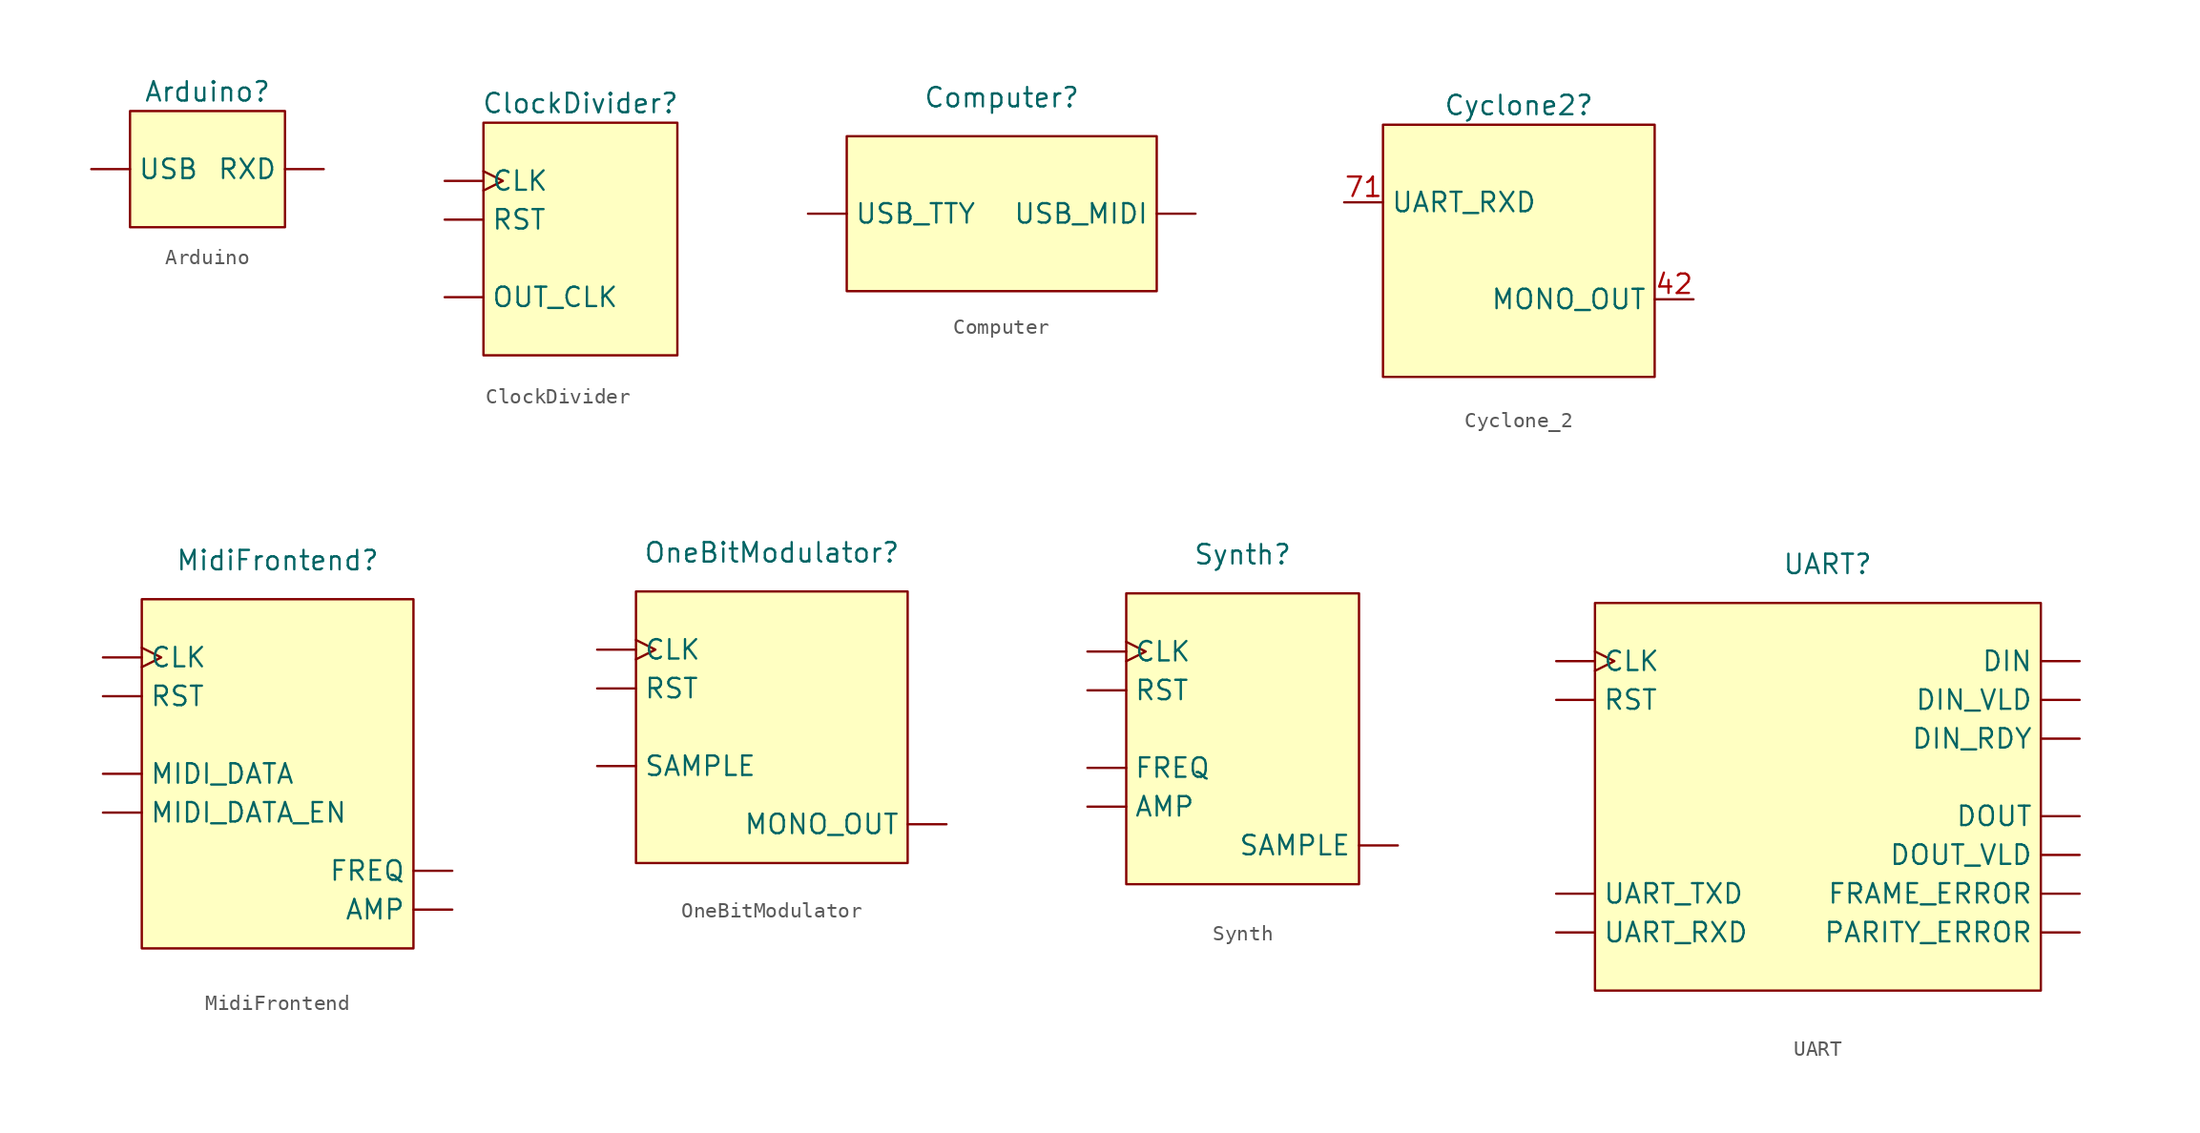
<source format=kicad_sym>
(kicad_symbol_lib
  (version 20220914)
  (generator kicad_symbol_editor)
  (symbol "Arduino"
    (property "Reference" "Arduino"
      (at 0 6.35 0)
      (effects (font (size 1.27 1.27))))
    (property "Value" ""
      (at 0 0 0)
      (effects (font (size 1.27 1.27))))
    (symbol "Arduino_1_1"
      (rectangle (start -5.08 5.08) (end 5.08 -2.54) (stroke (width 0) (type default)) (fill (type background)))
      (pin output line (at 7.62 1.27 180) (length 2.54) (name "RXD" (effects (font (size 1.27 1.27)))) (number "" (effects (font (size 1.27 1.27)))))
      (pin bidirectional line (at -7.62 1.27 0) (length 2.54) (name "USB" (effects (font (size 1.27 1.27)))) (number "" (effects (font (size 1.27 1.27)))))))
  (symbol "ClockDivider"
    (property "Reference" "ClockDivider"
      (at 0 0 0)
      (effects (font (size 1.27 1.27))))
    (property "Value" ""
      (at -1.27 0 0)
      (effects (font (size 1.27 1.27))))
    (symbol "ClockDivider_1_1"
      (rectangle (start -6.35 -1.27) (end 6.35 -16.51) (stroke (width 0) (type default)) (fill (type background)))
      (pin input clock (at -8.89 -5.08 0) (length 2.54) (name "CLK" (effects (font (size 1.27 1.27)))) (number "" (effects (font (size 1.27 1.27)))))
      (pin output line (at -8.89 -12.7 0) (length 2.54) (name "OUT_CLK" (effects (font (size 1.27 1.27)))) (number "" (effects (font (size 1.27 1.27)))))
      (pin input line (at -8.89 -7.62 0) (length 2.54) (name "RST" (effects (font (size 1.27 1.27)))) (number "" (effects (font (size 1.27 1.27)))))))
  (symbol "Computer"
    (property "Reference" "Computer"
      (at 1.27 5.08 0)
      (effects (font (size 1.27 1.27))))
    (property "Value" ""
      (at 0 0 0)
      (effects (font (size 1.27 1.27))))
    (symbol "Computer_1_1"
      (rectangle (start -8.89 2.54) (end 11.43 -7.62) (stroke (width 0) (type default)) (fill (type background)))
      (pin input line (at 13.97 -2.54 180) (length 2.54) (name "USB_MIDI" (effects (font (size 1.27 1.27)))) (number "" (effects (font (size 1.27 1.27)))))
      (pin output line (at -11.43 -2.54 0) (length 2.54) (name "USB_TTY" (effects (font (size 1.27 1.27)))) (number "" (effects (font (size 1.27 1.27)))))))
  (symbol "Cyclone_2"
    (property "Reference" "Cyclone2"
      (at 0 8.89 0)
      (effects (font (size 1.27 1.27))))
    (property "Value" ""
      (at 8.89 3.81 0)
      (effects (font (size 1.27 1.27))))
    (symbol "Cyclone_2_1_1"
      (rectangle (start -8.89 7.62) (end 8.89 -8.89) (stroke (width 0) (type default)) (fill (type background)))
      (pin output line (at 11.43 -3.81 180) (length 2.54) (name "MONO_OUT" (effects (font (size 1.27 1.27)))) (number "42" (effects (font (size 1.27 1.27)))))
      (pin input line (at -11.43 2.54 0) (length 2.54) (name "UART_RXD" (effects (font (size 1.27 1.27)))) (number "71" (effects (font (size 1.27 1.27)))))))
  (symbol "MidiFrontend"
    (property "Reference" "MidiFrontend"
      (at 0 13.97 0)
      (effects (font (size 1.27 1.27))))
    (property "Value" ""
      (at 7.62 0 0)
      (effects (font (size 1.27 1.27))))
    (symbol "MidiFrontend_1_1"
      (rectangle (start -8.89 11.43) (end 8.89 -11.43) (stroke (width 0) (type default)) (fill (type background)))
      (pin output line (at 11.43 -8.89 180) (length 2.54) (name "AMP" (effects (font (size 1.27 1.27)))) (number "" (effects (font (size 1.27 1.27)))))
      (pin input clock (at -11.43 7.62 0) (length 2.54) (name "CLK" (effects (font (size 1.27 1.27)))) (number "" (effects (font (size 1.27 1.27)))))
      (pin output line (at 11.43 -6.35 180) (length 2.54) (name "FREQ" (effects (font (size 1.27 1.27)))) (number "" (effects (font (size 1.27 1.27)))))
      (pin input line (at -11.43 0 0) (length 2.54) (name "MIDI_DATA" (effects (font (size 1.27 1.27)))) (number "" (effects (font (size 1.27 1.27)))))
      (pin input line (at -11.43 -2.54 0) (length 2.54) (name "MIDI_DATA_EN" (effects (font (size 1.27 1.27)))) (number "" (effects (font (size 1.27 1.27)))))
      (pin input line (at -11.43 5.08 0) (length 2.54) (name "RST" (effects (font (size 1.27 1.27)))) (number "" (effects (font (size 1.27 1.27)))))))
  (symbol "OneBitModulator"
    (property "Reference" "OneBitModulator"
      (at 0 1.27 0)
      (effects (font (size 1.27 1.27))))
    (property "Value" ""
      (at 0 0 0)
      (effects (font (size 1.27 1.27))))
    (symbol "OneBitModulator_1_1"
      (rectangle (start -8.89 -1.27) (end 8.89 -19.05) (stroke (width 0) (type default)) (fill (type background)))
      (pin input clock (at -11.43 -5.08 0) (length 2.54) (name "CLK" (effects (font (size 1.27 1.27)))) (number "" (effects (font (size 1.27 1.27)))))
      (pin output line (at 11.43 -16.51 180) (length 2.54) (name "MONO_OUT" (effects (font (size 1.27 1.27)))) (number "" (effects (font (size 1.27 1.27)))))
      (pin input line (at -11.43 -7.62 0) (length 2.54) (name "RST" (effects (font (size 1.27 1.27)))) (number "" (effects (font (size 1.27 1.27)))))
      (pin input line (at -11.43 -12.7 0) (length 2.54) (name "SAMPLE" (effects (font (size 1.27 1.27)))) (number "" (effects (font (size 1.27 1.27)))))))
  (symbol "Synth"
    (property "Reference" "Synth"
      (at 0 10.16 0)
      (effects (font (size 1.27 1.27))))
    (property "Value" ""
      (at -1.27 0 0)
      (effects (font (size 1.27 1.27))))
    (symbol "Synth_1_1"
      (rectangle (start -7.62 7.62) (end 7.62 -11.43) (stroke (width 0) (type default)) (fill (type background)))
      (pin input line (at -10.16 -6.35 0) (length 2.54) (name "AMP" (effects (font (size 1.27 1.27)))) (number "" (effects (font (size 1.27 1.27)))))
      (pin input clock (at -10.16 3.81 0) (length 2.54) (name "CLK" (effects (font (size 1.27 1.27)))) (number "" (effects (font (size 1.27 1.27)))))
      (pin input line (at -10.16 -3.81 0) (length 2.54) (name "FREQ" (effects (font (size 1.27 1.27)))) (number "" (effects (font (size 1.27 1.27)))))
      (pin input line (at -10.16 1.27 0) (length 2.54) (name "RST" (effects (font (size 1.27 1.27)))) (number "" (effects (font (size 1.27 1.27)))))
      (pin output line (at 10.16 -8.89 180) (length 2.54) (name "SAMPLE" (effects (font (size 1.27 1.27)))) (number "" (effects (font (size 1.27 1.27)))))))
  (symbol "UART"
    (property "Reference" "UART"
      (at 0 10.16 0)
      (effects (font (size 1.27 1.27))))
    (property "Value" ""
      (at 0 0 0)
      (effects (font (size 1.27 1.27))))
    (symbol "UART_1_1"
      (rectangle (start -15.24 7.62) (end 13.97 -17.78) (stroke (width 0) (type default)) (fill (type background)))
      (pin input clock (at -17.78 3.81 0) (length 2.54) (name "CLK" (effects (font (size 1.27 1.27)))) (number "" (effects (font (size 1.27 1.27)))))
      (pin input line (at 16.51 3.81 180) (length 2.54) (name "DIN" (effects (font (size 1.27 1.27)))) (number "" (effects (font (size 1.27 1.27)))))
      (pin output line (at 16.51 -1.27 180) (length 2.54) (name "DIN_RDY" (effects (font (size 1.27 1.27)))) (number "" (effects (font (size 1.27 1.27)))))
      (pin input line (at 16.51 1.27 180) (length 2.54) (name "DIN_VLD" (effects (font (size 1.27 1.27)))) (number "" (effects (font (size 1.27 1.27)))))
      (pin output line (at 16.51 -6.35 180) (length 2.54) (name "DOUT" (effects (font (size 1.27 1.27)))) (number "" (effects (font (size 1.27 1.27)))))
      (pin output line (at 16.51 -8.89 180) (length 2.54) (name "DOUT_VLD" (effects (font (size 1.27 1.27)))) (number "" (effects (font (size 1.27 1.27)))))
      (pin output line (at 16.51 -11.43 180) (length 2.54) (name "FRAME_ERROR" (effects (font (size 1.27 1.27)))) (number "" (effects (font (size 1.27 1.27)))))
      (pin output line (at 16.51 -13.97 180) (length 2.54) (name "PARITY_ERROR" (effects (font (size 1.27 1.27)))) (number "" (effects (font (size 1.27 1.27)))))
      (pin input line (at -17.78 1.27 0) (length 2.54) (name "RST" (effects (font (size 1.27 1.27)))) (number "" (effects (font (size 1.27 1.27)))))
      (pin input line (at -17.78 -13.97 0) (length 2.54) (name "UART_RXD" (effects (font (size 1.27 1.27)))) (number "" (effects (font (size 1.27 1.27)))))
      (pin output line (at -17.78 -11.43 0) (length 2.54) (name "UART_TXD" (effects (font (size 1.27 1.27)))) (number "" (effects (font (size 1.27 1.27))))))))
</source>
